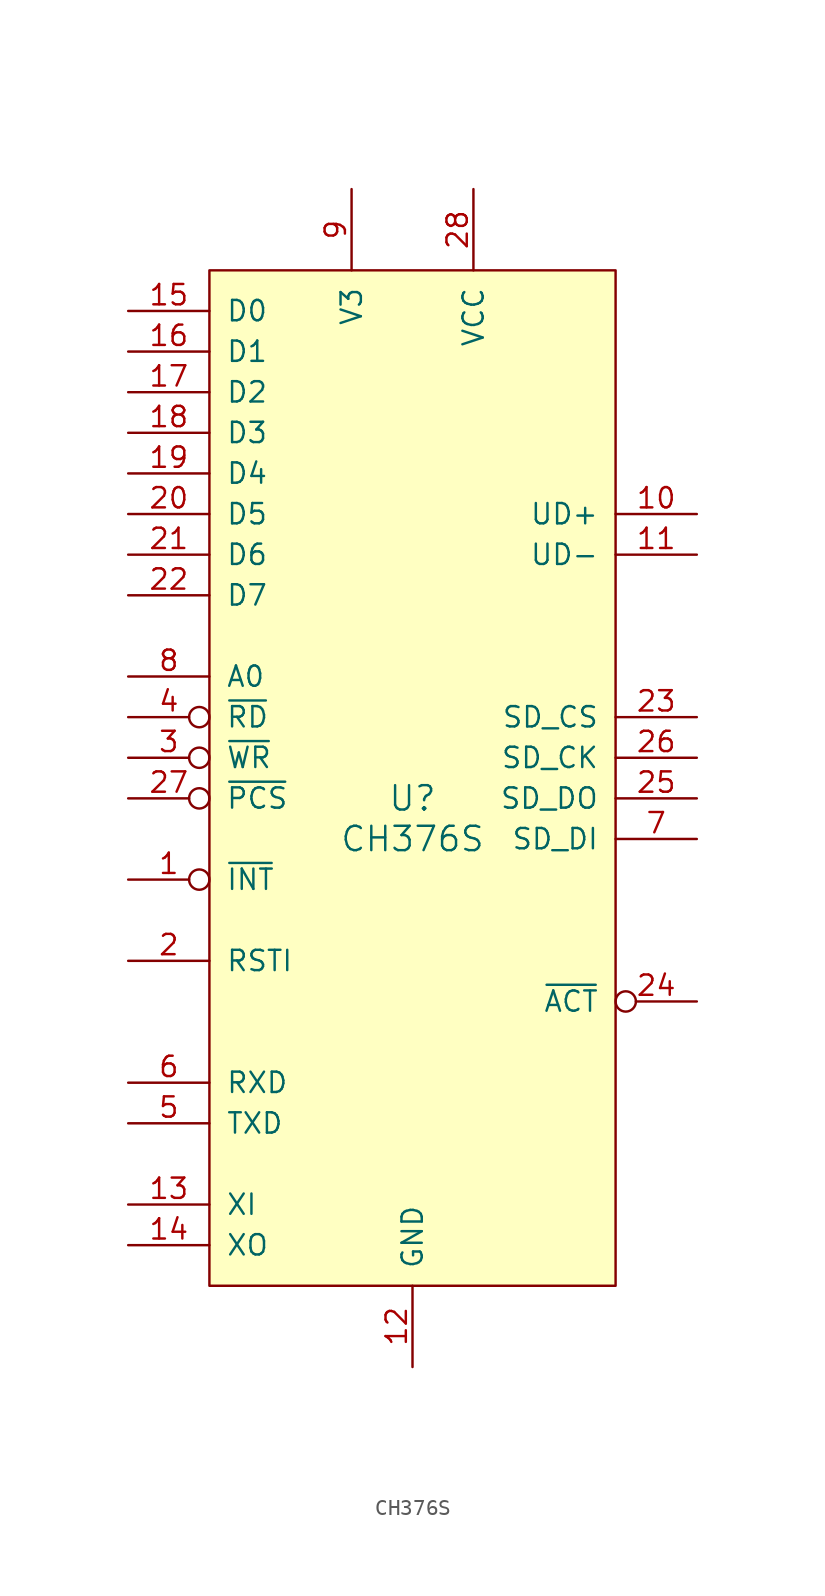
<source format=kicad_sym>
(kicad_symbol_lib
  (version 20211014)
  (generator kicad_symbol_editor)
  (symbol "CH376S"
    (pin_names
      (offset 1.016))
    (property "Reference" "U"
      (at 0 -1.27 0)
      (effects (font (size 1.524 1.524))))
    (property "Value" "CH376S"
      (at 0 -3.81 0)
      (effects (font (size 1.524 1.524))))
    (symbol "CH376S_0_1"
      (rectangle (start -12.7 31.75) (end 12.7 -31.75) (stroke (width 0) (type default) (color 0 0 0 0)) (fill (type background))))
    (symbol "CH376S_1_1"
      (pin output inverted (at -17.78 -6.35 0) (length 5.08) (name "~{INT}" (effects (font (size 1.27 1.27)))) (number "1" (effects (font (size 1.27 1.27)))))
      (pin bidirectional line (at 17.78 16.51 180) (length 5.08) (name "UD+" (effects (font (size 1.27 1.27)))) (number "10" (effects (font (size 1.27 1.27)))))
      (pin bidirectional line (at 17.78 13.97 180) (length 5.08) (name "UD-" (effects (font (size 1.27 1.27)))) (number "11" (effects (font (size 1.27 1.27)))))
      (pin power_in line (at 0 -36.83 90) (length 5.08) (name "GND" (effects (font (size 1.27 1.27)))) (number "12" (effects (font (size 1.27 1.27)))))
      (pin input line (at -17.78 -26.67 0) (length 5.08) (name "XI" (effects (font (size 1.27 1.27)))) (number "13" (effects (font (size 1.27 1.27)))))
      (pin output line (at -17.78 -29.21 0) (length 5.08) (name "XO" (effects (font (size 1.27 1.27)))) (number "14" (effects (font (size 1.27 1.27)))))
      (pin bidirectional line (at -17.78 29.21 0) (length 5.08) (name "D0" (effects (font (size 1.27 1.27)))) (number "15" (effects (font (size 1.27 1.27)))))
      (pin bidirectional line (at -17.78 26.67 0) (length 5.08) (name "D1" (effects (font (size 1.27 1.27)))) (number "16" (effects (font (size 1.27 1.27)))))
      (pin bidirectional line (at -17.78 24.13 0) (length 5.08) (name "D2" (effects (font (size 1.27 1.27)))) (number "17" (effects (font (size 1.27 1.27)))))
      (pin bidirectional line (at -17.78 21.59 0) (length 5.08) (name "D3" (effects (font (size 1.27 1.27)))) (number "18" (effects (font (size 1.27 1.27)))))
      (pin bidirectional line (at -17.78 19.05 0) (length 5.08) (name "D4" (effects (font (size 1.27 1.27)))) (number "19" (effects (font (size 1.27 1.27)))))
      (pin input line (at -17.78 -11.43 0) (length 5.08) (name "RSTI" (effects (font (size 1.27 1.27)))) (number "2" (effects (font (size 1.27 1.27)))))
      (pin bidirectional line (at -17.78 16.51 0) (length 5.08) (name "D5" (effects (font (size 1.27 1.27)))) (number "20" (effects (font (size 1.27 1.27)))))
      (pin bidirectional line (at -17.78 13.97 0) (length 5.08) (name "D6" (effects (font (size 1.27 1.27)))) (number "21" (effects (font (size 1.27 1.27)))))
      (pin bidirectional line (at -17.78 11.43 0) (length 5.08) (name "D7" (effects (font (size 1.27 1.27)))) (number "22" (effects (font (size 1.27 1.27)))))
      (pin output line (at 17.78 3.81 180) (length 5.08) (name "SD_CS" (effects (font (size 1.27 1.27)))) (number "23" (effects (font (size 1.27 1.27)))))
      (pin output inverted (at 17.78 -13.97 180) (length 5.08) (name "~{ACT}" (effects (font (size 1.27 1.27)))) (number "24" (effects (font (size 1.27 1.27)))))
      (pin output line (at 17.78 -1.27 180) (length 5.08) (name "SD_DO" (effects (font (size 1.27 1.27)))) (number "25" (effects (font (size 1.27 1.27)))))
      (pin output line (at 17.78 1.27 180) (length 5.08) (name "SD_CK" (effects (font (size 1.27 1.27)))) (number "26" (effects (font (size 1.27 1.27)))))
      (pin input inverted (at -17.78 -1.27 0) (length 5.08) (name "~{PCS}" (effects (font (size 1.27 1.27)))) (number "27" (effects (font (size 1.27 1.27)))))
      (pin power_in line (at 3.81 36.83 270) (length 5.08) (name "VCC" (effects (font (size 1.27 1.27)))) (number "28" (effects (font (size 1.27 1.27)))))
      (pin input inverted (at -17.78 1.27 0) (length 5.08) (name "~{WR}" (effects (font (size 1.27 1.27)))) (number "3" (effects (font (size 1.27 1.27)))))
      (pin input inverted (at -17.78 3.81 0) (length 5.08) (name "~{RD}" (effects (font (size 1.27 1.27)))) (number "4" (effects (font (size 1.27 1.27)))))
      (pin output line (at -17.78 -21.59 0) (length 5.08) (name "TXD" (effects (font (size 1.27 1.27)))) (number "5" (effects (font (size 1.27 1.27)))))
      (pin input line (at -17.78 -19.05 0) (length 5.08) (name "RXD" (effects (font (size 1.27 1.27)))) (number "6" (effects (font (size 1.27 1.27)))))
      (pin input line (at 17.78 -3.81 180) (length 5.08) (name "SD_DI" (effects (font (size 1.27 1.27)))) (number "7" (effects (font (size 1.27 1.27)))))
      (pin input line (at -17.78 6.35 0) (length 5.08) (name "A0" (effects (font (size 1.27 1.27)))) (number "8" (effects (font (size 1.27 1.27)))))
      (pin power_in line (at -3.81 36.83 270) (length 5.08) (name "V3" (effects (font (size 1.27 1.27)))) (number "9" (effects (font (size 1.27 1.27))))))))
</source>
